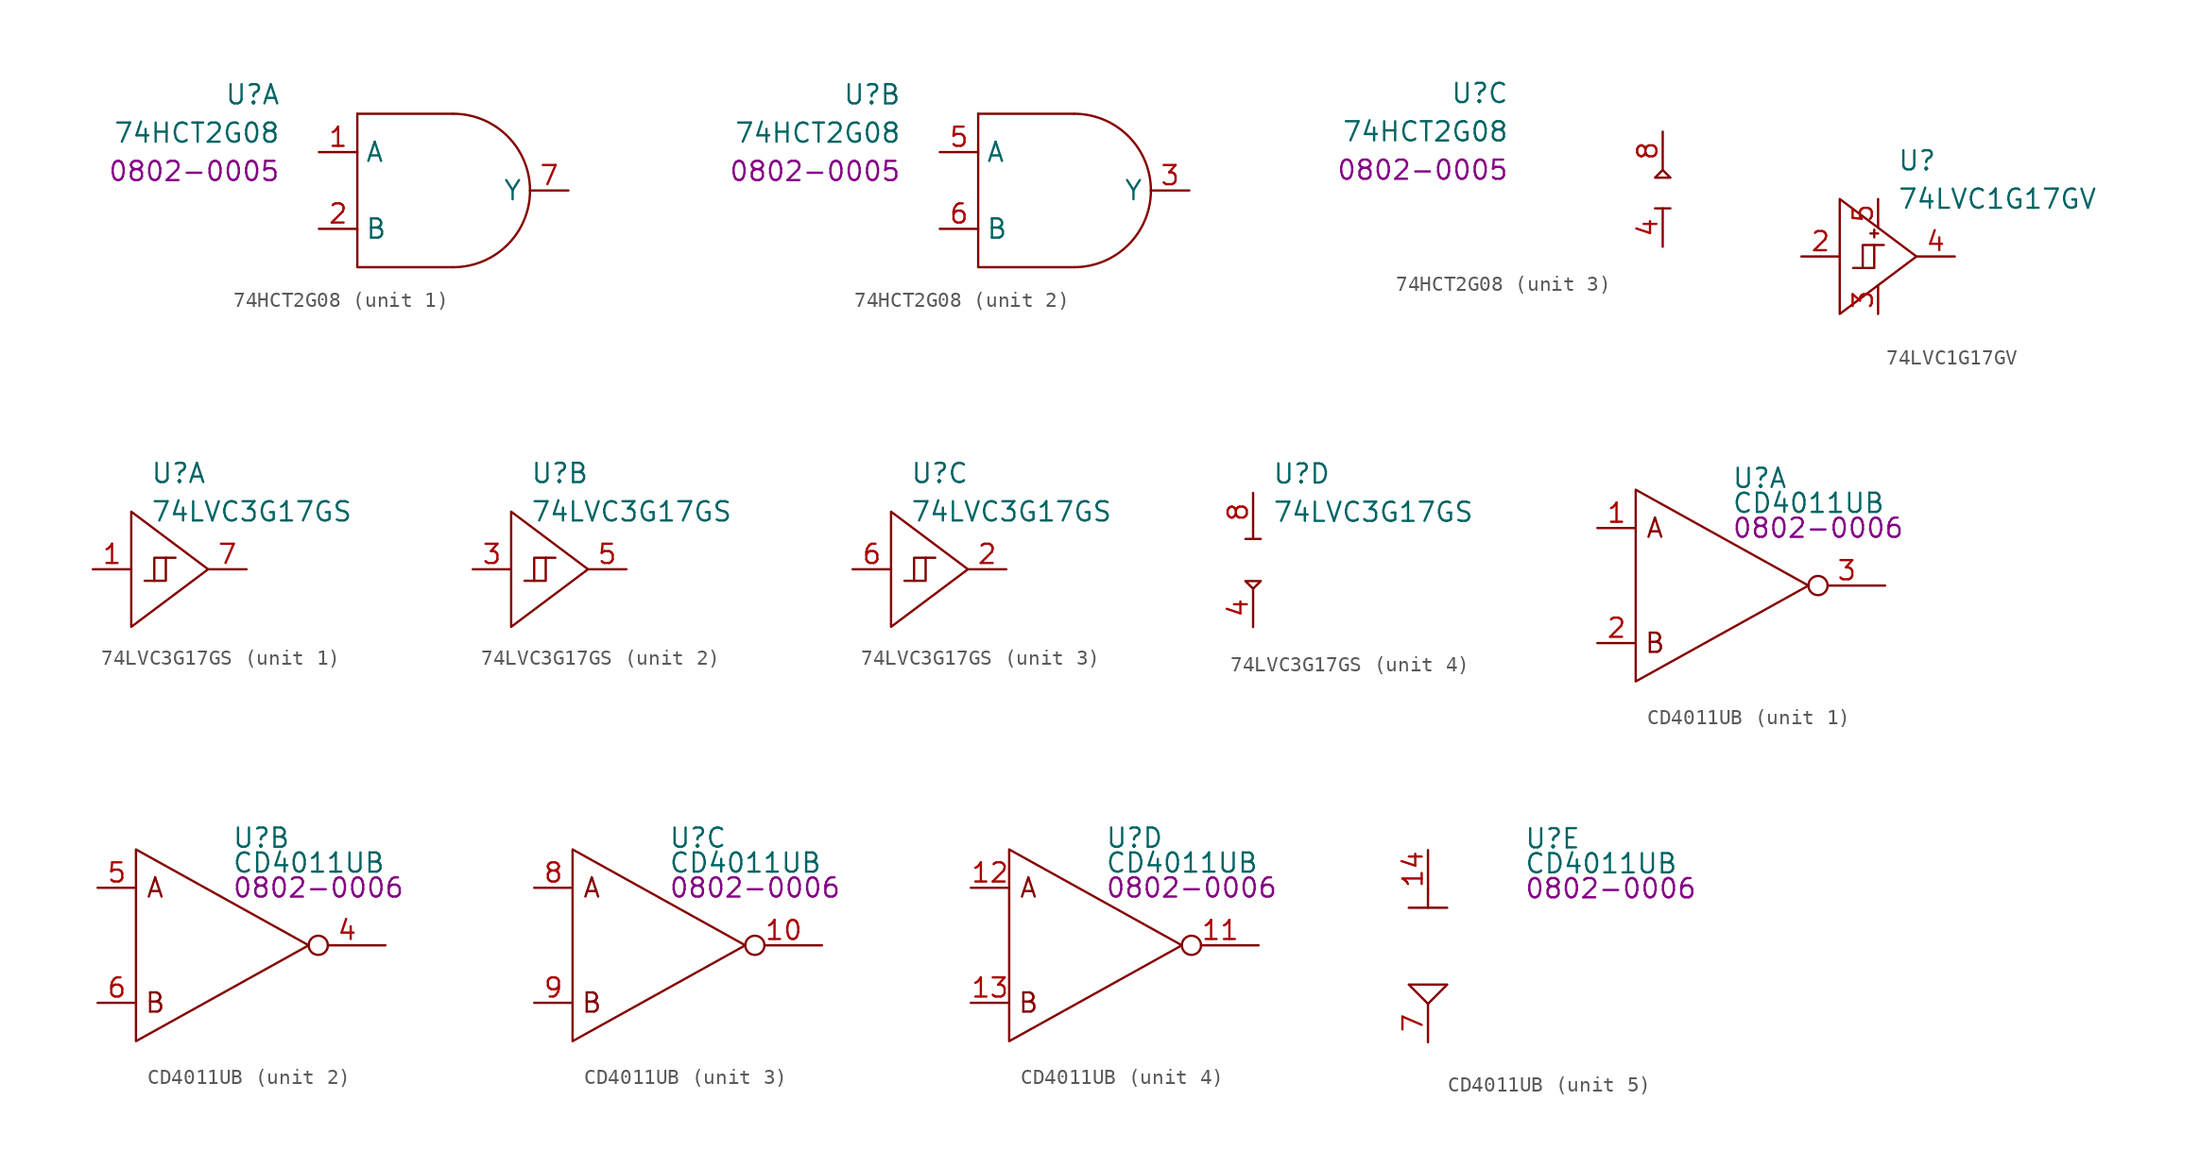
<source format=kicad_sym>
(kicad_symbol_lib
  (version 20220914)
  (generator kicad_symbol_editor)
  (symbol "74HCT2G08"
    (property "Reference" "U"
      (at -10.16 6.35 0)
      (effects (font (size 1.27 1.27)) (justify right)))
    (property "Value" "74HCT2G08"
      (at -10.16 3.81 0)
      (effects (font (size 1.27 1.27)) (justify right)))
    (property "PartNumber" "0802-0005"
      (at -10.16 1.27 0)
      (effects (font (size 1.27 1.27)) (justify right)))
    (property "ki_locked" ""
      (at 0 0 0)
      (effects (font (size 1.27 1.27))))
    (symbol "74HCT2G08_1_0"
      (pin input line (at -7.62 2.54 0) (length 2.54) (name "A" (effects (font (size 1.27 1.27)))) (number "1" (effects (font (size 1.27 1.27)))))
      (pin input line (at -7.62 -2.54 0) (length 2.54) (name "B" (effects (font (size 1.27 1.27)))) (number "2" (effects (font (size 1.27 1.27)))))
      (pin output line (at 8.89 0 180) (length 2.54) (name "Y" (effects (font (size 1.27 1.27)))) (number "7" (effects (font (size 1.27 1.27))))))
    (symbol "74HCT2G08_1_1"
      (polyline (pts (xy -5.08 5.08) (xy 1.27 5.08)) (stroke (width 0) (type default)) (fill (type none)))
      (polyline (pts (xy -5.08 5.08) (xy -5.08 -5.08) (xy 1.27 -5.08)) (stroke (width 0) (type default)) (fill (type none)))
      (arc (start 1.27 -5.08) (mid 4.8621 -3.5921) (end 6.35 0) (stroke (width 0) (type default)) (fill (type none)))
      (arc (start 6.35 0) (mid 4.8621 3.5921) (end 1.27 5.08) (stroke (width 0) (type default)) (fill (type none))))
    (symbol "74HCT2G08_2_0"
      (pin output line (at 8.89 0 180) (length 2.54) (name "Y" (effects (font (size 1.27 1.27)))) (number "3" (effects (font (size 1.27 1.27)))))
      (pin input line (at -7.62 2.54 0) (length 2.54) (name "A" (effects (font (size 1.27 1.27)))) (number "5" (effects (font (size 1.27 1.27)))))
      (pin input line (at -7.62 -2.54 0) (length 2.54) (name "B" (effects (font (size 1.27 1.27)))) (number "6" (effects (font (size 1.27 1.27))))))
    (symbol "74HCT2G08_2_1"
      (polyline (pts (xy -5.08 5.08) (xy 1.27 5.08)) (stroke (width 0) (type default)) (fill (type none)))
      (polyline (pts (xy -5.08 5.08) (xy -5.08 -5.08) (xy 1.27 -5.08)) (stroke (width 0) (type default)) (fill (type none)))
      (arc (start 1.27 -5.08) (mid 4.8621 -3.5921) (end 6.35 0) (stroke (width 0) (type default)) (fill (type none)))
      (arc (start 6.35 0) (mid 4.8621 3.5921) (end 1.27 5.08) (stroke (width 0) (type default)) (fill (type none))))
    (symbol "74HCT2G08_3_0"
      (pin power_in line (at 0 -3.81 90) (length 2.54) (name "~" (effects (font (size 1.27 1.27)))) (number "4" (effects (font (size 1.27 1.27)))))
      (pin power_in line (at 0 3.81 270) (length 2.54) (name "~" (effects (font (size 1.27 1.27)))) (number "8" (effects (font (size 1.27 1.27))))))
    (symbol "74HCT2G08_3_1"
      (polyline (pts (xy -0.508 -1.27) (xy 0.508 -1.27)) (stroke (width 0) (type default)) (fill (type none)))
      (polyline (pts (xy 0 1.27) (xy -0.508 0.762) (xy 0.508 0.762) (xy 0 1.27)) (stroke (width 0) (type default)) (fill (type none)))))
  (symbol "74LVC1G17GV"
    (property "Reference" "U"
      (at 3.81 6.35 0)
      (effects (font (size 1.27 1.27)) (justify left)))
    (property "Value" "74LVC1G17GV"
      (at 3.81 3.81 0)
      (effects (font (size 1.27 1.27)) (justify left)))
    (symbol "74LVC1G17GV_0_0"
      (pin no_connect line (at 15.24 11.43 0) (length 2.54) hide (name "NC" (effects (font (size 1.27 1.27)))) (number "1" (effects (font (size 1.27 1.27)))))
      (pin input line (at -2.54 0 0) (length 2.54) (name "A" (effects (font (size 0 0)))) (number "2" (effects (font (size 1.27 1.27)))))
      (pin power_in line (at 2.54 -3.81 90) (length 1.9) (name "GND" (effects (font (size 0 0)))) (number "3" (effects (font (size 1.27 1.27)))))
      (pin output line (at 7.62 0 180) (length 2.54) (name "Y" (effects (font (size 0 0)))) (number "4" (effects (font (size 1.27 1.27)))))
      (pin power_in line (at 2.54 3.81 270) (length 1.9) (name "VCC" (effects (font (size 0 0)))) (number "5" (effects (font (size 1.27 1.27))))))
    (symbol "74LVC1G17GV_0_1"
      (polyline (pts (xy 2.286 1.778) (xy 2.286 1.27)) (stroke (width 0) (type default)) (fill (type none)))
      (polyline (pts (xy 2.54 1.524) (xy 2.032 1.524)) (stroke (width 0) (type default)) (fill (type none)))
      (polyline (pts (xy 0 0) (xy 0 3.81) (xy 5.08 0) (xy 0 -3.81) (xy 0 0)) (stroke (width 0) (type default)) (fill (type none))))
    (symbol "74LVC1G17GV_1_0"
      (polyline (pts (xy 1.524 -0.762) (xy 1.524 0.762) (xy 2.286 0.762)) (stroke (width 0) (type default)) (fill (type none)))
      (polyline (pts (xy 0.889 -0.762) (xy 2.286 -0.762) (xy 2.286 0.762) (xy 2.921 0.762)) (stroke (width 0) (type default)) (fill (type none)))))
  (symbol "74LVC3G17GS"
    (property "Reference" "U"
      (at 1.27 6.35 0)
      (effects (font (size 1.27 1.27)) (justify left)))
    (property "Value" "74LVC3G17GS"
      (at 1.27 3.81 0)
      (effects (font (size 1.27 1.27)) (justify left)))
    (symbol "74LVC3G17GS_1_0"
      (polyline (pts (xy 1.524 -0.762) (xy 1.524 0.762) (xy 2.286 0.762)) (stroke (width 0) (type default)) (fill (type none)))
      (polyline (pts (xy 0.889 -0.762) (xy 2.286 -0.762) (xy 2.286 0.762) (xy 2.921 0.762)) (stroke (width 0) (type default)) (fill (type none)))
      (pin input line (at -2.54 0 0) (length 2.54) (name "1A" (effects (font (size 0 0)))) (number "1" (effects (font (size 1.27 1.27)))))
      (pin output line (at 7.62 0 180) (length 2.54) (name "1Y" (effects (font (size 0 0)))) (number "7" (effects (font (size 1.27 1.27))))))
    (symbol "74LVC3G17GS_1_1"
      (polyline (pts (xy 0 0) (xy 0 3.81) (xy 5.08 0) (xy 0 -3.81) (xy 0 0)) (stroke (width 0) (type default)) (fill (type none))))
    (symbol "74LVC3G17GS_2_0"
      (polyline (pts (xy 1.524 -0.762) (xy 1.524 0.762) (xy 2.286 0.762)) (stroke (width 0) (type default)) (fill (type none)))
      (polyline (pts (xy 0.889 -0.762) (xy 2.286 -0.762) (xy 2.286 0.762) (xy 2.921 0.762)) (stroke (width 0) (type default)) (fill (type none))))
    (symbol "74LVC3G17GS_2_1"
      (polyline (pts (xy 0 0) (xy 0 3.81) (xy 5.08 0) (xy 0 -3.81) (xy 0 0)) (stroke (width 0) (type default)) (fill (type none)))
      (pin input line (at -2.54 0 0) (length 2.54) (name "2A" (effects (font (size 0 0)))) (number "3" (effects (font (size 1.27 1.27)))))
      (pin output line (at 7.62 0 180) (length 2.54) (name "2Y" (effects (font (size 0 0)))) (number "5" (effects (font (size 1.27 1.27))))))
    (symbol "74LVC3G17GS_3_0"
      (polyline (pts (xy 1.524 -0.762) (xy 1.524 0.762) (xy 2.286 0.762)) (stroke (width 0) (type default)) (fill (type none)))
      (polyline (pts (xy 0.889 -0.762) (xy 2.286 -0.762) (xy 2.286 0.762) (xy 2.921 0.762)) (stroke (width 0) (type default)) (fill (type none)))
      (pin output line (at 7.62 0 180) (length 2.54) (name "3Y" (effects (font (size 0 0)))) (number "2" (effects (font (size 1.27 1.27)))))
      (pin input line (at -2.54 0 0) (length 2.54) (name "3A" (effects (font (size 0 0)))) (number "6" (effects (font (size 1.27 1.27))))))
    (symbol "74LVC3G17GS_3_1"
      (polyline (pts (xy 0 0) (xy 0 3.81) (xy 5.08 0) (xy 0 -3.81) (xy 0 0)) (stroke (width 0) (type default)) (fill (type none))))
    (symbol "74LVC3G17GS_4_0"
      (pin power_in line (at 0 -3.81 90) (length 2.54) (name "GND" (effects (font (size 0 0)))) (number "4" (effects (font (size 1.27 1.27)))))
      (pin power_in line (at 0 5.08 270) (length 2.54) (name "VCC" (effects (font (size 0 0)))) (number "8" (effects (font (size 1.27 1.27))))))
    (symbol "74LVC3G17GS_4_1"
      (polyline (pts (xy -0.508 2.032) (xy 0.508 2.032)) (stroke (width 0) (type default)) (fill (type none)))
      (polyline (pts (xy 0 2.54) (xy 0 2.032)) (stroke (width 0) (type default)) (fill (type none)))
      (polyline (pts (xy 0 -1.27) (xy -0.508 -0.762) (xy 0.508 -0.762) (xy 0 -1.27)) (stroke (width 0) (type default)) (fill (type none)))))
  (symbol "CD4011UB"
    (property "Reference" "U"
      (at 6.35 7.112 0)
      (effects (font (size 1.27 1.27)) (justify left)))
    (property "Value" "CD4011UB"
      (at 6.35 5.461 0)
      (effects (font (size 1.27 1.27)) (justify left)))
    (property "PartNumber" "0802-0006"
      (at 6.35 3.81 0)
      (effects (font (size 1.27 1.27)) (justify left)))
    (property "ki_locked" ""
      (at 0 0 0)
      (effects (font (size 1.27 1.27))))
    (symbol "CD4011UB_1_0"
      (text "A" (at 1.27 3.81 0) (effects (font (size 1.27 1.27))))
      (text "B" (at 1.27 -3.81 0) (effects (font (size 1.27 1.27))))
      (pin input line (at -2.54 3.81 0) (length 2.54) (name "~" (effects (font (size 1.27 1.27)))) (number "1" (effects (font (size 1.27 1.27)))))
      (pin input line (at -2.54 -3.81 0) (length 2.54) (name "~" (effects (font (size 1.27 1.27)))) (number "2" (effects (font (size 1.27 1.27)))))
      (pin output inverted (at 16.51 0 180) (length 5.08) (name "~" (effects (font (size 1.27 1.27)))) (number "3" (effects (font (size 1.27 1.27))))))
    (symbol "CD4011UB_1_1"
      (polyline (pts (xy 0 6.35) (xy 0 -6.35) (xy 11.43 0) (xy 0 6.35)) (stroke (width 0) (type default)) (fill (type none))))
    (symbol "CD4011UB_2_0"
      (text "A" (at 1.27 3.81 0) (effects (font (size 1.27 1.27))))
      (text "B" (at 1.27 -3.81 0) (effects (font (size 1.27 1.27))))
      (pin output inverted (at 16.51 0 180) (length 5.08) (name "~" (effects (font (size 1.27 1.27)))) (number "4" (effects (font (size 1.27 1.27)))))
      (pin input line (at -2.54 3.81 0) (length 2.54) (name "~" (effects (font (size 1.27 1.27)))) (number "5" (effects (font (size 1.27 1.27)))))
      (pin input line (at -2.54 -3.81 0) (length 2.54) (name "~" (effects (font (size 1.27 1.27)))) (number "6" (effects (font (size 1.27 1.27))))))
    (symbol "CD4011UB_2_1"
      (polyline (pts (xy 0 6.35) (xy 0 -6.35) (xy 11.43 0) (xy 0 6.35)) (stroke (width 0) (type default)) (fill (type none))))
    (symbol "CD4011UB_3_0"
      (text "A" (at 1.27 3.81 0) (effects (font (size 1.27 1.27))))
      (text "B" (at 1.27 -3.81 0) (effects (font (size 1.27 1.27))))
      (pin output inverted (at 16.51 0 180) (length 5.08) (name "~" (effects (font (size 1.27 1.27)))) (number "10" (effects (font (size 1.27 1.27)))))
      (pin input line (at -2.54 3.81 0) (length 2.54) (name "~" (effects (font (size 1.27 1.27)))) (number "8" (effects (font (size 1.27 1.27)))))
      (pin input line (at -2.54 -3.81 0) (length 2.54) (name "~" (effects (font (size 1.27 1.27)))) (number "9" (effects (font (size 1.27 1.27))))))
    (symbol "CD4011UB_3_1"
      (polyline (pts (xy 0 6.35) (xy 0 -6.35) (xy 11.43 0) (xy 0 6.35)) (stroke (width 0) (type default)) (fill (type none))))
    (symbol "CD4011UB_4_0"
      (text "A" (at 1.27 3.81 0) (effects (font (size 1.27 1.27))))
      (text "B" (at 1.27 -3.81 0) (effects (font (size 1.27 1.27))))
      (pin output inverted (at 16.51 0 180) (length 5.08) (name "~" (effects (font (size 1.27 1.27)))) (number "11" (effects (font (size 1.27 1.27)))))
      (pin input line (at -2.54 3.81 0) (length 2.54) (name "~" (effects (font (size 1.27 1.27)))) (number "12" (effects (font (size 1.27 1.27)))))
      (pin input line (at -2.54 -3.81 0) (length 2.54) (name "~" (effects (font (size 1.27 1.27)))) (number "13" (effects (font (size 1.27 1.27))))))
    (symbol "CD4011UB_4_1"
      (polyline (pts (xy 0 6.35) (xy 0 -6.35) (xy 11.43 0) (xy 0 6.35)) (stroke (width 0) (type default)) (fill (type none))))
    (symbol "CD4011UB_5_0"
      (pin power_in line (at 0 6.35 270) (length 2.54) (name "~" (effects (font (size 1.27 1.27)))) (number "14" (effects (font (size 1.27 1.27)))))
      (pin power_in line (at 0 -6.35 90) (length 2.54) (name "~" (effects (font (size 1.27 1.27)))) (number "7" (effects (font (size 1.27 1.27))))))
    (symbol "CD4011UB_5_1"
      (polyline (pts (xy -1.27 2.54) (xy 1.27 2.54)) (stroke (width 0) (type default)) (fill (type none)))
      (polyline (pts (xy 0 3.81) (xy 0 2.54)) (stroke (width 0) (type default)) (fill (type none)))
      (polyline (pts (xy 0 -3.81) (xy -1.27 -2.54) (xy 1.27 -2.54) (xy 0 -3.81)) (stroke (width 0) (type default)) (fill (type none))))))
</source>
